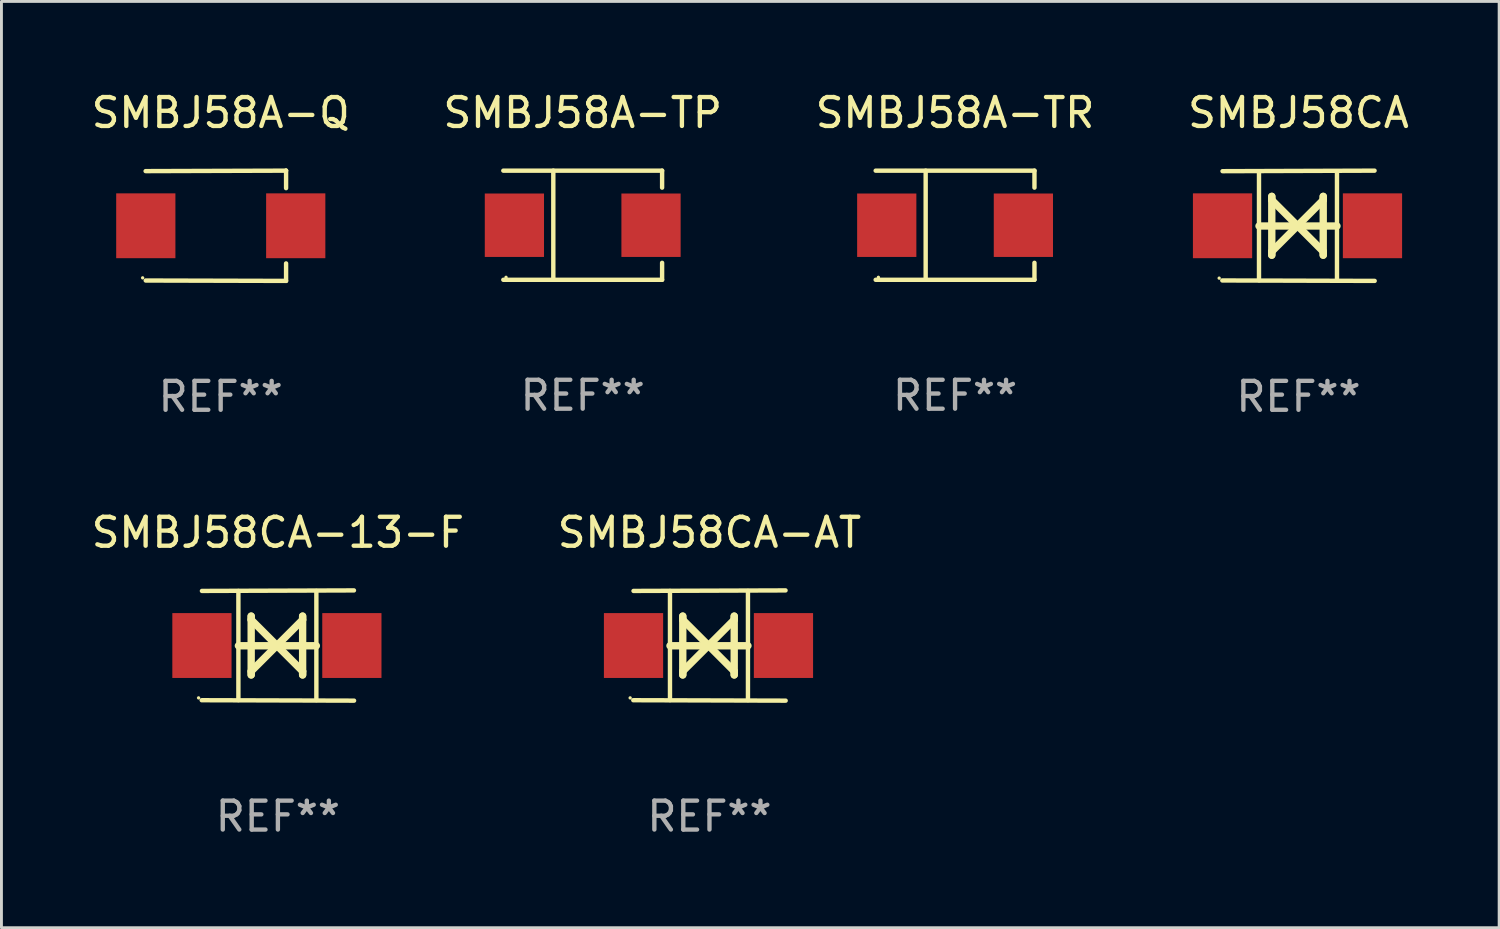
<source format=kicad_pcb>
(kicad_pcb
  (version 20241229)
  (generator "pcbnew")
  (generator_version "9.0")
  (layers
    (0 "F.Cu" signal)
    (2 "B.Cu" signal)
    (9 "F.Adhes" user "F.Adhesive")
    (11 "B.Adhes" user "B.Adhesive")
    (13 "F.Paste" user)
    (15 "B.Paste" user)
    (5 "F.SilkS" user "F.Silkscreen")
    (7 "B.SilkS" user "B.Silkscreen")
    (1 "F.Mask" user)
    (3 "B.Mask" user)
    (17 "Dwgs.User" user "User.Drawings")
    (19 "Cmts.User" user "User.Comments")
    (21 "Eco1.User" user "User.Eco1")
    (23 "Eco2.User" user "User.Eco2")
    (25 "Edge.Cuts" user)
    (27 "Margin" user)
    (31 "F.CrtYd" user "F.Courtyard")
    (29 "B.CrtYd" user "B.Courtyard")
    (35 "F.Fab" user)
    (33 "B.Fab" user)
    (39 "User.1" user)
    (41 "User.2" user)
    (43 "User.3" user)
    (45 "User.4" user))
  (footprint "SMBJ58A-TR"
    (layer "F.Cu")
    (at 29.958 4.734)
    (property "Reference" "SMBJ58A-TR" (at 0 -3.886 0) (layer "F.SilkS") (effects (font (size 1 1) (thickness 0.15))))
    (attr through_hole)
    (fp_line (start -2.744 -1.886) (end 2.744 -1.886) (stroke (width 0.152) (type solid)) (layer "F.SilkS"))
    (fp_line (start -2.744 1.886) (end 2.744 1.886) (stroke (width 0.152) (type solid)) (layer "F.SilkS"))
    (fp_line (start -1.016 -1.886) (end -1.016 1.886) (stroke (width 0.152) (type solid)) (layer "F.SilkS"))
    (fp_line (start 2.744 -1.886) (end 2.744 -1.299) (stroke (width 0.152) (type solid)) (layer "F.SilkS"))
    (fp_line (start 2.744 1.886) (end 2.744 1.299) (stroke (width 0.152) (type solid)) (layer "F.SilkS"))
    (fp_circle (center -2.65 1.8) (end -2.62 1.8) (stroke (width 0.06) (type solid)) (fill no) (layer "F.SilkS"))
    (fp_text user "REF**" (at 0 5.886 0) (layer "F.Fab") (effects (font (size 1 1) (thickness 0.15))))
    (pad "1" smd rect (at -2.361 0) (size 2.047 2.192) (layers "F.Cu" "F.Mask" "F.Paste"))
    (pad "2" smd rect (at 2.361 0) (size 2.047 2.192) (layers "F.Cu" "F.Mask" "F.Paste")))
  (footprint "SMBJ58CA-13-F"
    (layer "F.Cu")
    (at 6.554 19.26)
    (property "Reference" "SMBJ58CA-13-F" (at 0 -3.905 0) (layer "F.SilkS") (effects (font (size 1 1) (thickness 0.15))))
    (attr through_hole)
    (fp_line (start -1.365 1.886) (end -1.365 -1.886) (stroke (width 0.152) (type solid)) (layer "F.SilkS"))
    (fp_line (start -1.365 0.008) (end 1.33 0.008) (stroke (width 0.254) (type solid)) (layer "F.SilkS"))
    (fp_line (start -0.923 -1.016) (end -0.923 1.016) (stroke (width 0.254) (type solid)) (layer "F.SilkS"))
    (fp_line (start -0.923 -0.889) (end -0.923 -1.016) (stroke (width 0.254) (type solid)) (layer "F.SilkS"))
    (fp_line (start -0.923 0.889) (end -0.034 0) (stroke (width 0.254) (type solid)) (layer "F.SilkS"))
    (fp_line (start -0.923 1.016) (end -0.923 0.889) (stroke (width 0.254) (type solid)) (layer "F.SilkS"))
    (fp_line (start -0.034 0) (end -0.923 -0.889) (stroke (width 0.254) (type solid)) (layer "F.SilkS"))
    (fp_line (start -0.034 0) (end 0.855 0.889) (stroke (width 0.254) (type solid)) (layer "F.SilkS"))
    (fp_line (start 0.855 -1.016) (end 0.855 -0.889) (stroke (width 0.254) (type solid)) (layer "F.SilkS"))
    (fp_line (start 0.855 -0.889) (end -0.034 0) (stroke (width 0.254) (type solid)) (layer "F.SilkS"))
    (fp_line (start 0.855 0.889) (end 0.855 1.016) (stroke (width 0.254) (type solid)) (layer "F.SilkS"))
    (fp_line (start 0.855 1.016) (end 0.855 -1.016) (stroke (width 0.254) (type solid)) (layer "F.SilkS"))
    (fp_line (start 1.33 1.886) (end 1.33 -1.886) (stroke (width 0.152) (type solid)) (layer "F.SilkS"))
    (fp_line (start 2.629 -1.905) (end -2.625 -1.887) (stroke (width 0.152) (type solid)) (layer "F.SilkS"))
    (fp_line (start 2.633 1.905) (end -2.633 1.89) (stroke (width 0.152) (type solid)) (layer "F.SilkS"))
    (fp_circle (center -2.741 1.81) (end -2.711 1.81) (stroke (width 0.06) (type solid)) (fill no) (layer "F.SilkS"))
    (fp_text user "REF**" (at 0 5.905 0) (layer "F.Fab") (effects (font (size 1 1) (thickness 0.15))))
    (pad "1" smd rect (at -2.625 0) (size 2.047 2.241) (layers "F.Cu" "F.Mask" "F.Paste"))
    (pad "2" smd rect (at 2.557 0) (size 2.047 2.241) (layers "F.Cu" "F.Mask" "F.Paste")))
  (footprint "SMBJ58A-Q"
    (layer "F.Cu")
    (at 4.577 4.753)
    (property "Reference" "SMBJ58A-Q" (at 0 -3.905 0) (layer "F.SilkS") (effects (font (size 1 1) (thickness 0.15))))
    (attr through_hole)
    (fp_line (start 2.256 -1.905) (end -2.594 -1.889) (stroke (width 0.152) (type solid)) (layer "F.SilkS"))
    (fp_line (start 2.256 -1.905) (end 2.26 -1.905) (stroke (width 0.152) (type solid)) (layer "F.SilkS"))
    (fp_line (start 2.26 -1.905) (end 2.26 -1.301) (stroke (width 0.152) (type solid)) (layer "F.SilkS"))
    (fp_line (start 2.26 1.301) (end 2.26 1.905) (stroke (width 0.152) (type solid)) (layer "F.SilkS"))
    (fp_line (start 2.26 1.905) (end -2.59 1.892) (stroke (width 0.152) (type solid)) (layer "F.SilkS"))
    (fp_circle (center -2.697 1.8) (end -2.667 1.8) (stroke (width 0.06) (type solid)) (fill no) (layer "F.SilkS"))
    (fp_text user "REF**" (at 0 5.905 0) (layer "F.Fab") (effects (font (size 1 1) (thickness 0.15))))
    (pad "1" smd rect (at -2.588 0) (size 2.047 2.241) (layers "F.Cu" "F.Mask" "F.Paste"))
    (pad "2" smd rect (at 2.594 0) (size 2.047 2.241) (layers "F.Cu" "F.Mask" "F.Paste")))
  (footprint "SMBJ58CA-AT"
    (layer "F.Cu")
    (at 21.47 19.26)
    (property "Reference" "SMBJ58CA-AT" (at 0 -3.905 0) (layer "F.SilkS") (effects (font (size 1 1) (thickness 0.15))))
    (attr through_hole)
    (fp_line (start -1.365 1.886) (end -1.365 -1.886) (stroke (width 0.152) (type solid)) (layer "F.SilkS"))
    (fp_line (start -1.365 0.008) (end 1.33 0.008) (stroke (width 0.254) (type solid)) (layer "F.SilkS"))
    (fp_line (start -0.923 -1.016) (end -0.923 1.016) (stroke (width 0.254) (type solid)) (layer "F.SilkS"))
    (fp_line (start -0.923 -0.889) (end -0.923 -1.016) (stroke (width 0.254) (type solid)) (layer "F.SilkS"))
    (fp_line (start -0.923 0.889) (end -0.034 0) (stroke (width 0.254) (type solid)) (layer "F.SilkS"))
    (fp_line (start -0.923 1.016) (end -0.923 0.889) (stroke (width 0.254) (type solid)) (layer "F.SilkS"))
    (fp_line (start -0.034 0) (end -0.923 -0.889) (stroke (width 0.254) (type solid)) (layer "F.SilkS"))
    (fp_line (start -0.034 0) (end 0.855 0.889) (stroke (width 0.254) (type solid)) (layer "F.SilkS"))
    (fp_line (start 0.855 -1.016) (end 0.855 -0.889) (stroke (width 0.254) (type solid)) (layer "F.SilkS"))
    (fp_line (start 0.855 -0.889) (end -0.034 0) (stroke (width 0.254) (type solid)) (layer "F.SilkS"))
    (fp_line (start 0.855 0.889) (end 0.855 1.016) (stroke (width 0.254) (type solid)) (layer "F.SilkS"))
    (fp_line (start 0.855 1.016) (end 0.855 -1.016) (stroke (width 0.254) (type solid)) (layer "F.SilkS"))
    (fp_line (start 1.33 1.886) (end 1.33 -1.886) (stroke (width 0.152) (type solid)) (layer "F.SilkS"))
    (fp_line (start 2.629 -1.905) (end -2.625 -1.887) (stroke (width 0.152) (type solid)) (layer "F.SilkS"))
    (fp_line (start 2.633 1.905) (end -2.633 1.89) (stroke (width 0.152) (type solid)) (layer "F.SilkS"))
    (fp_circle (center -2.741 1.81) (end -2.711 1.81) (stroke (width 0.06) (type solid)) (fill no) (layer "F.SilkS"))
    (fp_text user "REF**" (at 0 5.905 0) (layer "F.Fab") (effects (font (size 1 1) (thickness 0.15))))
    (pad "1" smd rect (at -2.625 0) (size 2.047 2.241) (layers "F.Cu" "F.Mask" "F.Paste"))
    (pad "2" smd rect (at 2.557 0) (size 2.047 2.241) (layers "F.Cu" "F.Mask" "F.Paste")))
  (footprint "SMBJ58A-TP"
    (layer "F.Cu")
    (at 17.089 4.734)
    (property "Reference" "SMBJ58A-TP" (at 0 -3.886 0) (layer "F.SilkS") (effects (font (size 1 1) (thickness 0.15))))
    (attr through_hole)
    (fp_line (start -2.744 -1.886) (end 2.744 -1.886) (stroke (width 0.152) (type solid)) (layer "F.SilkS"))
    (fp_line (start -2.744 1.886) (end 2.744 1.886) (stroke (width 0.152) (type solid)) (layer "F.SilkS"))
    (fp_line (start -1.016 -1.886) (end -1.016 1.886) (stroke (width 0.152) (type solid)) (layer "F.SilkS"))
    (fp_line (start 2.744 -1.886) (end 2.744 -1.299) (stroke (width 0.152) (type solid)) (layer "F.SilkS"))
    (fp_line (start 2.744 1.886) (end 2.744 1.299) (stroke (width 0.152) (type solid)) (layer "F.SilkS"))
    (fp_circle (center -2.65 1.8) (end -2.62 1.8) (stroke (width 0.06) (type solid)) (fill no) (layer "F.SilkS"))
    (fp_text user "REF**" (at 0 5.886 0) (layer "F.Fab") (effects (font (size 1 1) (thickness 0.15))))
    (pad "1" smd rect (at -2.361 0) (size 2.047 2.192) (layers "F.Cu" "F.Mask" "F.Paste"))
    (pad "2" smd rect (at 2.361 0) (size 2.047 2.192) (layers "F.Cu" "F.Mask" "F.Paste")))
  (footprint "SMBJ58CA"
    (layer "F.Cu")
    (at 41.827 4.753)
    (property "Reference" "SMBJ58CA" (at 0 -3.905 0) (layer "F.SilkS") (effects (font (size 1 1) (thickness 0.15))))
    (attr through_hole)
    (fp_line (start -1.365 1.886) (end -1.365 -1.886) (stroke (width 0.152) (type solid)) (layer "F.SilkS"))
    (fp_line (start -1.365 0.008) (end 1.33 0.008) (stroke (width 0.254) (type solid)) (layer "F.SilkS"))
    (fp_line (start -0.923 -1.016) (end -0.923 1.016) (stroke (width 0.254) (type solid)) (layer "F.SilkS"))
    (fp_line (start -0.923 -0.889) (end -0.923 -1.016) (stroke (width 0.254) (type solid)) (layer "F.SilkS"))
    (fp_line (start -0.923 0.889) (end -0.034 0) (stroke (width 0.254) (type solid)) (layer "F.SilkS"))
    (fp_line (start -0.923 1.016) (end -0.923 0.889) (stroke (width 0.254) (type solid)) (layer "F.SilkS"))
    (fp_line (start -0.034 0) (end -0.923 -0.889) (stroke (width 0.254) (type solid)) (layer "F.SilkS"))
    (fp_line (start -0.034 0) (end 0.855 0.889) (stroke (width 0.254) (type solid)) (layer "F.SilkS"))
    (fp_line (start 0.855 -1.016) (end 0.855 -0.889) (stroke (width 0.254) (type solid)) (layer "F.SilkS"))
    (fp_line (start 0.855 -0.889) (end -0.034 0) (stroke (width 0.254) (type solid)) (layer "F.SilkS"))
    (fp_line (start 0.855 0.889) (end 0.855 1.016) (stroke (width 0.254) (type solid)) (layer "F.SilkS"))
    (fp_line (start 0.855 1.016) (end 0.855 -1.016) (stroke (width 0.254) (type solid)) (layer "F.SilkS"))
    (fp_line (start 1.33 1.886) (end 1.33 -1.886) (stroke (width 0.152) (type solid)) (layer "F.SilkS"))
    (fp_line (start 2.629 -1.905) (end -2.625 -1.887) (stroke (width 0.152) (type solid)) (layer "F.SilkS"))
    (fp_line (start 2.633 1.905) (end -2.633 1.89) (stroke (width 0.152) (type solid)) (layer "F.SilkS"))
    (fp_circle (center -2.741 1.81) (end -2.711 1.81) (stroke (width 0.06) (type solid)) (fill no) (layer "F.SilkS"))
    (fp_text user "REF**" (at 0 5.905 0) (layer "F.Fab") (effects (font (size 1 1) (thickness 0.15))))
    (pad "1" smd rect (at -2.625 0) (size 2.047 2.241) (layers "F.Cu" "F.Mask" "F.Paste"))
    (pad "2" smd rect (at 2.557 0) (size 2.047 2.241) (layers "F.Cu" "F.Mask" "F.Paste")))
  (gr_rect
    (start -3 -3)
    (end 48.762 29.013)
    (stroke (width 0.1) (type default))
    (fill no)
    (layer "Edge.Cuts")))
</source>
